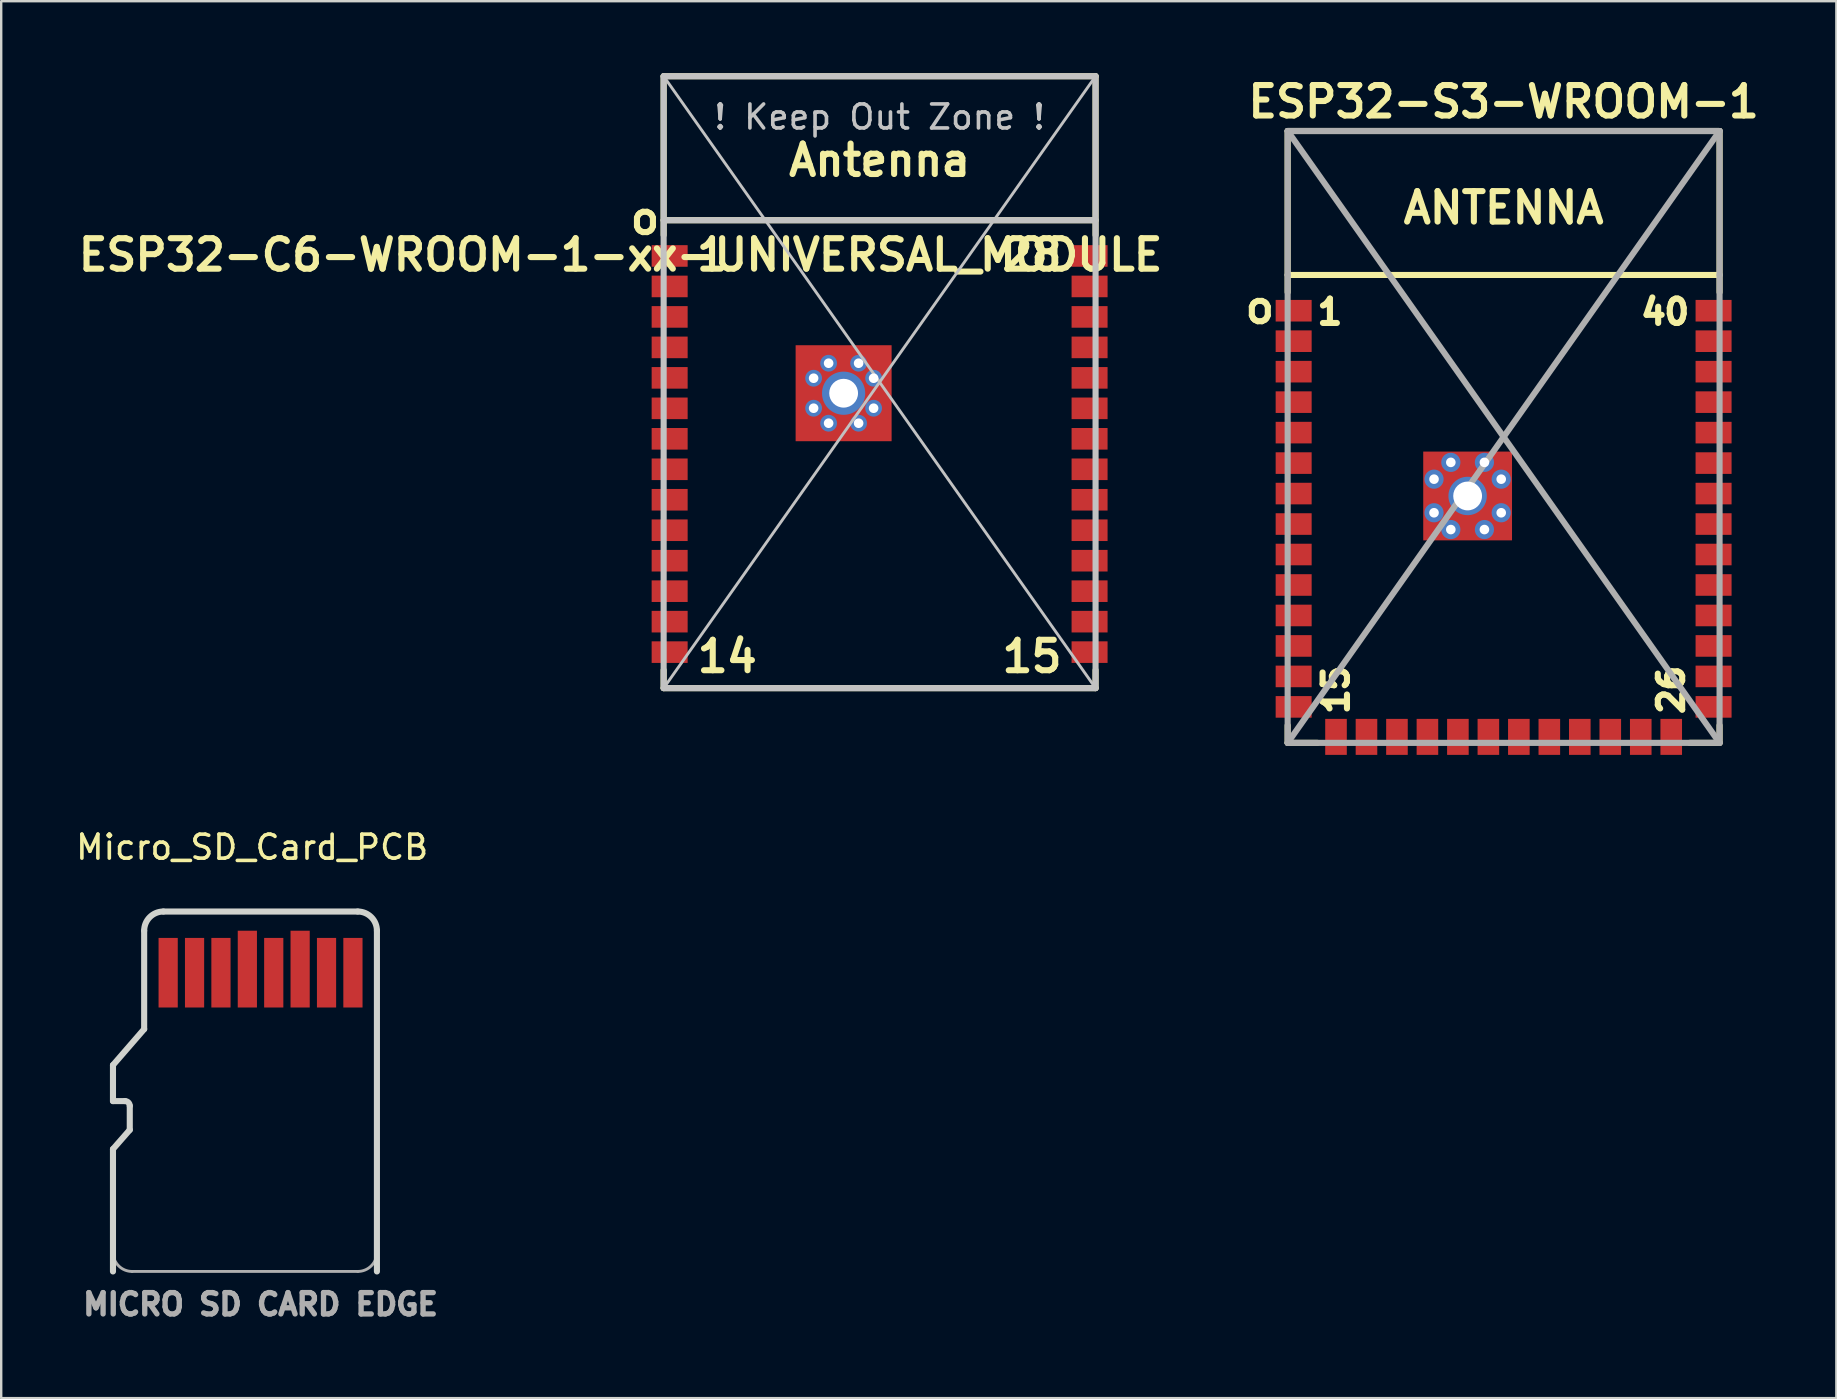
<source format=kicad_pcb>
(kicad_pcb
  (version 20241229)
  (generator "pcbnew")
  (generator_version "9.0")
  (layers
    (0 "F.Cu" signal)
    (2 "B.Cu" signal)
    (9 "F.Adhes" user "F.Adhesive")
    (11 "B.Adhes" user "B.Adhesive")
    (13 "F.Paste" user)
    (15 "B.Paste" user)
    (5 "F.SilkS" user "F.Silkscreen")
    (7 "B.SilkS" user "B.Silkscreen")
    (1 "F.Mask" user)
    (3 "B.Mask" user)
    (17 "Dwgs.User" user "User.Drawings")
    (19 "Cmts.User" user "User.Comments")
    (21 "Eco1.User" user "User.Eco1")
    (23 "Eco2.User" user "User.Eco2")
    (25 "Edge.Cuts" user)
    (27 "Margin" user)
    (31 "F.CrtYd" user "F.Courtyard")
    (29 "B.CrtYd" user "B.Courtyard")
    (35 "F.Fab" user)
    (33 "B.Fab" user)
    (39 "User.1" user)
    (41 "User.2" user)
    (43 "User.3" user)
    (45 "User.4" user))
  (footprint "ESP32-C6-WROOM-1-xx-UNIVERSAL_MODULE"
    (layer "F.Cu")
    (at 33.607 12.877)
    (property "Reference" "ESP32-C6-WROOM-1-xx-UNIVERSAL_MODULE" (at -10.795 -5.305 0) (layer "F.SilkS") (effects (font (size 1.27 1.27) (thickness 0.254))))
    (attr smd)
    (fp_line (start -9 -12.75) (end -9 -6.13) (stroke (width 0.254) (type solid)) (layer "F.SilkS"))
    (fp_line (start -9 -12.75) (end 9 -12.75) (stroke (width 0.254) (type solid)) (layer "F.SilkS"))
    (fp_line (start -9 -6.75) (end 9 -6.75) (stroke (width 0.254) (type solid)) (layer "F.SilkS"))
    (fp_line (start -9 12.75) (end -9 12) (stroke (width 0.254) (type solid)) (layer "F.SilkS"))
    (fp_line (start -9 12.75) (end 9 12.75) (stroke (width 0.254) (type solid)) (layer "F.SilkS"))
    (fp_line (start 9 -12.75) (end 9 -6.13) (stroke (width 0.254) (type solid)) (layer "F.SilkS"))
    (fp_line (start 9 12.75) (end 9 12) (stroke (width 0.254) (type solid)) (layer "F.SilkS"))
    (fp_line (start -9 -12.75) (end -9 12.75) (stroke (width 0.254) (type solid)) (layer "Dwgs.User"))
    (fp_line (start -9 -12.75) (end 9 12.75) (stroke (width 0.12) (type solid)) (layer "Dwgs.User"))
    (fp_line (start -9 -6.75) (end 9 -6.75) (stroke (width 0.254) (type solid)) (layer "Dwgs.User"))
    (fp_line (start -9 12.75) (end 9 12.75) (stroke (width 0.254) (type solid)) (layer "Dwgs.User"))
    (fp_line (start 9 -12.75) (end -9 -12.75) (stroke (width 0.254) (type solid)) (layer "Dwgs.User"))
    (fp_line (start 9 -12.75) (end -9 12.75) (stroke (width 0.12) (type solid)) (layer "Dwgs.User"))
    (fp_line (start 9 12.75) (end 9 -12.75) (stroke (width 0.254) (type solid)) (layer "Dwgs.User"))
    (fp_text user "14" (at -6.35 11.43 180) (layer "F.SilkS") (effects (font (size 1.27 1.27) (thickness 0.254))))
    (fp_text user "15" (at 6.35 11.43 180) (layer "F.SilkS") (effects (font (size 1.27 1.27) (thickness 0.254))))
    (fp_text user "Antenna" (at 0 -9.25 0) (layer "F.SilkS") (effects (font (size 1.27 1.27) (thickness 0.254))))
    (fp_text user "28" (at 6.35 -5.305 0) (layer "F.SilkS") (effects (font (size 1.27 1.27) (thickness 0.254))))
    (fp_text user "1" (at -6.985 -5.305 0) (layer "F.SilkS") (effects (font (size 1.27 1.27) (thickness 0.254))))
    (fp_text user "o" (at -9.779 -6.829 0) (layer "F.SilkS") (effects (font (size 1.27 1.27) (thickness 0.254))))
    (fp_text user "! Keep Out Zone !" (at 0 -11.05 0) (layer "Dwgs.User") (effects (font (size 1 1) (thickness 0.15))))
    (pad "" smd rect (at -2.75 -0.79) (size 0.8 0.8) (layers "F.Paste"))
    (pad "" smd rect (at -2.75 0.46) (size 0.8 0.8) (layers "F.Paste"))
    (pad "" smd rect (at -2.75 1.71) (size 0.8 0.8) (layers "F.Paste"))
    (pad "" smd rect (at -1.5 -0.79) (size 0.8 0.8) (layers "F.Paste"))
    (pad "" smd rect (at -1.5 1.71) (size 0.8 0.8) (layers "F.Paste"))
    (pad "" smd rect (at -0.25 -0.79) (size 0.8 0.8) (layers "F.Paste"))
    (pad "" smd rect (at -0.25 0.46) (size 0.8 0.8) (layers "F.Paste"))
    (pad "" smd rect (at -0.25 1.71) (size 0.8 0.8) (layers "F.Paste"))
    (pad "1" smd rect (at -8.75 -5.26) (size 1.5 0.9) (layers "F.Cu" "F.Mask" "F.Paste"))
    (pad "2" smd rect (at -8.75 -3.99) (size 1.5 0.9) (layers "F.Cu" "F.Mask" "F.Paste"))
    (pad "3" smd rect (at -8.75 -2.72) (size 1.5 0.9) (layers "F.Cu" "F.Mask" "F.Paste"))
    (pad "4" smd rect (at -8.75 -1.45) (size 1.5 0.9) (layers "F.Cu" "F.Mask" "F.Paste"))
    (pad "5" smd rect (at -8.75 -0.18) (size 1.5 0.9) (layers "F.Cu" "F.Mask" "F.Paste"))
    (pad "6" smd rect (at -8.75 1.09) (size 1.5 0.9) (layers "F.Cu" "F.Mask" "F.Paste"))
    (pad "7" smd rect (at -8.75 2.36) (size 1.5 0.9) (layers "F.Cu" "F.Mask" "F.Paste"))
    (pad "8" smd rect (at -8.75 3.63) (size 1.5 0.9) (layers "F.Cu" "F.Mask" "F.Paste"))
    (pad "9" smd rect (at -8.75 4.9) (size 1.5 0.9) (layers "F.Cu" "F.Mask" "F.Paste"))
    (pad "10" smd rect (at -8.75 6.17) (size 1.5 0.9) (layers "F.Cu" "F.Mask" "F.Paste"))
    (pad "11" smd rect (at -8.75 7.44) (size 1.5 0.9) (layers "F.Cu" "F.Mask" "F.Paste"))
    (pad "12" smd rect (at -8.75 8.71) (size 1.5 0.9) (layers "F.Cu" "F.Mask" "F.Paste"))
    (pad "13" smd rect (at -8.75 9.98) (size 1.5 0.9) (layers "F.Cu" "F.Mask" "F.Paste"))
    (pad "14" smd rect (at -8.75 11.25) (size 1.5 0.9) (layers "F.Cu" "F.Mask" "F.Paste"))
    (pad "15" smd rect (at 8.75 11.25) (size 1.5 0.9) (layers "F.Cu" "F.Mask" "F.Paste"))
    (pad "16" smd rect (at 8.75 9.98) (size 1.5 0.9) (layers "F.Cu" "F.Mask" "F.Paste"))
    (pad "17" smd rect (at 8.75 8.71) (size 1.5 0.9) (layers "F.Cu" "F.Mask" "F.Paste"))
    (pad "18" smd rect (at 8.75 7.44) (size 1.5 0.9) (layers "F.Cu" "F.Mask" "F.Paste"))
    (pad "19" smd rect (at 8.75 6.17) (size 1.5 0.9) (layers "F.Cu" "F.Mask" "F.Paste"))
    (pad "20" smd rect (at 8.75 4.9) (size 1.5 0.9) (layers "F.Cu" "F.Mask" "F.Paste"))
    (pad "21" smd rect (at 8.75 3.63) (size 1.5 0.9) (layers "F.Cu" "F.Mask" "F.Paste"))
    (pad "22" smd rect (at 8.75 2.36) (size 1.5 0.9) (layers "F.Cu" "F.Mask" "F.Paste"))
    (pad "23" smd rect (at 8.75 1.09) (size 1.5 0.9) (layers "F.Cu" "F.Mask" "F.Paste"))
    (pad "24" smd rect (at 8.75 -0.18) (size 1.5 0.9) (layers "F.Cu" "F.Mask" "F.Paste"))
    (pad "25" smd rect (at 8.75 -1.45) (size 1.5 0.9) (layers "F.Cu" "F.Mask" "F.Paste"))
    (pad "26" smd rect (at 8.75 -2.72) (size 1.5 0.9) (layers "F.Cu" "F.Mask" "F.Paste"))
    (pad "27" smd rect (at 8.75 -3.99) (size 1.5 0.9) (layers "F.Cu" "F.Mask" "F.Paste"))
    (pad "28" smd rect (at 8.75 -5.26) (size 1.5 0.9) (layers "F.Cu" "F.Mask" "F.Paste"))
    (pad "29" thru_hole circle (at -2.75 -0.165) (size 0.7 0.7) (drill 0.4) (layers "*.Cu"))
    (pad "29" thru_hole circle (at -2.75 1.085) (size 0.7 0.7) (drill 0.4) (layers "*.Cu"))
    (pad "29" thru_hole circle (at -2.125 -0.79) (size 0.7 0.7) (drill 0.4) (layers "*.Cu"))
    (pad "29" thru_hole circle (at -2.125 1.71) (size 0.7 0.7) (drill 0.4) (layers "*.Cu"))
    (pad "29" thru_hole circle (at -1.5 0.46) (size 1.8 1.8) (drill 1.2) (layers "*.Cu" "*.Mask"))
    (pad "29" smd rect (at -1.5 0.46) (size 4 4) (layers "F.Cu" "F.Mask"))
    (pad "29" thru_hole circle (at -0.875 -0.79) (size 0.7 0.7) (drill 0.4) (layers "*.Cu"))
    (pad "29" thru_hole circle (at -0.875 1.71) (size 0.7 0.7) (drill 0.4) (layers "*.Cu"))
    (pad "29" thru_hole circle (at -0.25 -0.165) (size 0.7 0.7) (drill 0.4) (layers "*.Cu"))
    (pad "29" thru_hole circle (at -0.25 1.085) (size 0.7 0.7) (drill 0.4) (layers "*.Cu")))
  (footprint "Micro_SD_Card_PCB"
    (layer "F.Cu")
    (at 7.808 43.687)
    (property "Reference" "Micro_SD_Card_PCB" (at -0.35 -11.43 180) (layer "F.SilkS") (effects (font (size 1 1) (thickness 0.15))))
    (attr exclude_from_pos_files exclude_from_bom)
    (fp_line (start -6.15 -2.35) (end -4.85 -3.85) (stroke (width 0.254) (type solid)) (layer "Edge.Cuts"))
    (fp_line (start -6.15 -0.85) (end -6.15 -2.35) (stroke (width 0.254) (type solid)) (layer "Edge.Cuts"))
    (fp_line (start -6.15 -0.85) (end -5.65 -0.85) (stroke (width 0.254) (type solid)) (layer "Edge.Cuts"))
    (fp_line (start -6.15 1.15) (end -6.15 6.25) (stroke (width 0.254) (type solid)) (layer "Edge.Cuts"))
    (fp_line (start -5.45 -0.65) (end -5.45 0.35) (stroke (width 0.254) (type solid)) (layer "Edge.Cuts"))
    (fp_line (start -5.45 0.35) (end -6.15 1.15) (stroke (width 0.254) (type solid)) (layer "Edge.Cuts"))
    (fp_line (start -4.85 -3.85) (end -4.85 -7.95) (stroke (width 0.254) (type solid)) (layer "Edge.Cuts"))
    (fp_line (start 4.05 -8.75) (end -4.05 -8.75) (stroke (width 0.254) (type solid)) (layer "Edge.Cuts"))
    (fp_line (start 4.85 6.25) (end 4.85 -7.95) (stroke (width 0.254) (type solid)) (layer "Edge.Cuts"))
    (fp_arc (start -5.65 -0.85) (mid -5.508579 -0.791421) (end -5.45 -0.65) (stroke (width 0.254) (type solid)) (layer "Edge.Cuts"))
    (fp_arc (start -4.85 -7.95) (mid -4.615685 -8.515685) (end -4.05 -8.75) (stroke (width 0.254) (type solid)) (layer "Edge.Cuts"))
    (fp_arc (start 4.05 -8.75) (mid 4.615685 -8.515685) (end 4.85 -7.95) (stroke (width 0.254) (type solid)) (layer "Edge.Cuts"))
    (fp_line (start -6.15 -2.35) (end -4.85 -3.85) (stroke (width 0.12) (type solid)) (layer "F.Fab"))
    (fp_line (start -6.15 -0.85) (end -6.15 -2.35) (stroke (width 0.12) (type solid)) (layer "F.Fab"))
    (fp_line (start -6.15 -0.85) (end -5.65 -0.85) (stroke (width 0.12) (type solid)) (layer "F.Fab"))
    (fp_line (start -6.15 1.15) (end -6.15 5.45) (stroke (width 0.12) (type solid)) (layer "F.Fab"))
    (fp_line (start -5.45 -0.65) (end -5.45 0.35) (stroke (width 0.12) (type solid)) (layer "F.Fab"))
    (fp_line (start -5.45 0.35) (end -6.15 1.15) (stroke (width 0.12) (type solid)) (layer "F.Fab"))
    (fp_line (start -5.35 6.25) (end 4.05 6.25) (stroke (width 0.12) (type solid)) (layer "F.Fab"))
    (fp_line (start -4.85 -3.85) (end -4.85 -7.95) (stroke (width 0.12) (type solid)) (layer "F.Fab"))
    (fp_line (start 4.05 -8.75) (end -4.05 -8.75) (stroke (width 0.12) (type solid)) (layer "F.Fab"))
    (fp_line (start 4.85 5.45) (end 4.85 -7.95) (stroke (width 0.12) (type solid)) (layer "F.Fab"))
    (fp_arc (start -5.65 -0.85) (mid -5.508579 -0.791421) (end -5.45 -0.65) (stroke (width 0.12) (type solid)) (layer "F.Fab"))
    (fp_arc (start -5.35 6.25) (mid -5.915685 6.015685) (end -6.15 5.45) (stroke (width 0.12) (type solid)) (layer "F.Fab"))
    (fp_arc (start -4.85 -7.95) (mid -4.615685 -8.515685) (end -4.05 -8.75) (stroke (width 0.12) (type solid)) (layer "F.Fab"))
    (fp_arc (start 4.05 -8.75) (mid 4.615685 -8.515685) (end 4.85 -7.95) (stroke (width 0.12) (type solid)) (layer "F.Fab"))
    (fp_arc (start 4.85 5.45) (mid 4.615685 6.015685) (end 4.05 6.25) (stroke (width 0.12) (type solid)) (layer "F.Fab"))
    (fp_text user "MICRO SD CARD EDGE" (at 0 7.62 0) (layer "F.Fab") (effects (font (size 0.889 0.889) (thickness 0.222))))
    (pad "1" smd rect (at -3.85 -6.2) (size 0.8 2.9) (layers "F.Cu" "F.Mask"))
    (pad "2" smd rect (at -2.75 -6.2) (size 0.8 2.9) (layers "F.Cu" "F.Mask"))
    (pad "3" smd rect (at -1.65 -6.2) (size 0.8 2.9) (layers "F.Cu" "F.Mask"))
    (pad "4" smd rect (at -0.55 -6.35) (size 0.8 3.2) (layers "F.Cu" "F.Mask"))
    (pad "5" smd rect (at 0.55 -6.2) (size 0.8 2.9) (layers "F.Cu" "F.Mask"))
    (pad "6" smd rect (at 1.65 -6.35) (size 0.8 3.2) (layers "F.Cu" "F.Mask"))
    (pad "7" smd rect (at 2.75 -6.2) (size 0.8 2.9) (layers "F.Cu" "F.Mask"))
    (pad "8" smd rect (at 3.85 -6.2) (size 0.8 2.9) (layers "F.Cu" "F.Mask")))
  (footprint "ESP32-­S3-­WROOM­-1"
    (layer "F.Cu")
    (at 59.612 15.159)
    (property "Reference" "ESP32-­S3-­WROOM­-1" (at 0 -13.97 0) (layer "F.SilkS") (effects (font (size 1.27 1.27) (thickness 0.254))))
    (attr smd)
    (fp_line (start -9 -12.75) (end 9 -12.75) (stroke (width 0.254) (type solid)) (layer "F.SilkS"))
    (fp_line (start -9 -6.75) (end 9 -6.75) (stroke (width 0.254) (type solid)) (layer "F.SilkS"))
    (fp_line (start -9 -6.03) (end -9 -12.75) (stroke (width 0.254) (type solid)) (layer "F.SilkS"))
    (fp_line (start -9 12.02) (end -9 12.75) (stroke (width 0.254) (type solid)) (layer "F.SilkS"))
    (fp_line (start -9 12.75) (end -7.755 12.75) (stroke (width 0.254) (type solid)) (layer "F.SilkS"))
    (fp_line (start 9 -12.75) (end 9 -6.03) (stroke (width 0.254) (type solid)) (layer "F.SilkS"))
    (fp_line (start 9 12.02) (end 9 12.75) (stroke (width 0.254) (type solid)) (layer "F.SilkS"))
    (fp_line (start 9 12.75) (end 7.755 12.75) (stroke (width 0.254) (type solid)) (layer "F.SilkS"))
    (fp_line (start -9 -12.75) (end 9 -12.75) (stroke (width 0.254) (type solid)) (layer "F.Fab"))
    (fp_line (start -9 -12.75) (end 9 12.75) (stroke (width 0.254) (type solid)) (layer "F.Fab"))
    (fp_line (start -9 -6.75) (end -9 -12.75) (stroke (width 0.254) (type solid)) (layer "F.Fab"))
    (fp_line (start -9 12.75) (end -9 -6.75) (stroke (width 0.254) (type solid)) (layer "F.Fab"))
    (fp_line (start 9 -12.75) (end -9 12.75) (stroke (width 0.254) (type solid)) (layer "F.Fab"))
    (fp_line (start 9 -12.75) (end 9 -6.75) (stroke (width 0.254) (type solid)) (layer "F.Fab"))
    (fp_line (start 9 -6.75) (end 9 12.75) (stroke (width 0.254) (type solid)) (layer "F.Fab"))
    (fp_line (start 9 12.75) (end -9 12.75) (stroke (width 0.254) (type solid)) (layer "F.Fab"))
    (fp_text user "40" (at 6.731 -5.207 0) (layer "F.SilkS") (effects (font (size 1.016 1.016) (thickness 0.254))))
    (fp_text user "15" (at -6.985 10.541 270) (layer "F.SilkS") (effects (font (size 1.016 1.016) (thickness 0.254))))
    (fp_text user "1" (at -7.239 -5.207 0) (layer "F.SilkS") (effects (font (size 1.016 1.016) (thickness 0.254))))
    (fp_text user "o" (at -10.16 -5.397 0) (layer "F.SilkS") (effects (font (size 1.27 1.27) (thickness 0.254))))
    (fp_text user "26" (at 6.985 10.541 270) (layer "F.SilkS") (effects (font (size 1.016 1.016) (thickness 0.254))))
    (fp_text user "ANTENNA" (at 0 -9.55 0) (layer "F.SilkS") (effects (font (size 1.27 1.27) (thickness 0.254))))
    (pad "" smd rect (at -2.9 1.06) (size 0.9 0.9) (layers "F.Paste"))
    (pad "" smd rect (at -2.9 2.46) (size 0.9 0.9) (layers "F.Paste"))
    (pad "" smd rect (at -2.9 3.86) (size 0.9 0.9) (layers "F.Paste"))
    (pad "" smd rect (at -1.5 1.06) (size 0.9 0.9) (layers "F.Paste"))
    (pad "" smd rect (at -1.5 3.86) (size 0.9 0.9) (layers "F.Paste"))
    (pad "" smd rect (at -0.1 1.06) (size 0.9 0.9) (layers "F.Paste"))
    (pad "" smd rect (at -0.1 2.46) (size 0.9 0.9) (layers "F.Paste"))
    (pad "" smd rect (at -0.1 3.86) (size 0.9 0.9) (layers "F.Paste"))
    (pad "1" smd rect (at -8.75 -5.26) (size 1.5 0.9) (layers "F.Cu" "F.Mask" "F.Paste"))
    (pad "2" smd rect (at -8.75 -3.99) (size 1.5 0.9) (layers "F.Cu" "F.Mask" "F.Paste"))
    (pad "3" smd rect (at -8.75 -2.72) (size 1.5 0.9) (layers "F.Cu" "F.Mask" "F.Paste"))
    (pad "4" smd rect (at -8.75 -1.45) (size 1.5 0.9) (layers "F.Cu" "F.Mask" "F.Paste"))
    (pad "5" smd rect (at -8.75 -0.18) (size 1.5 0.9) (layers "F.Cu" "F.Mask" "F.Paste"))
    (pad "6" smd rect (at -8.75 1.09) (size 1.5 0.9) (layers "F.Cu" "F.Mask" "F.Paste"))
    (pad "7" smd rect (at -8.75 2.36) (size 1.5 0.9) (layers "F.Cu" "F.Mask" "F.Paste"))
    (pad "8" smd rect (at -8.75 3.63) (size 1.5 0.9) (layers "F.Cu" "F.Mask" "F.Paste"))
    (pad "9" smd rect (at -8.75 4.9) (size 1.5 0.9) (layers "F.Cu" "F.Mask" "F.Paste"))
    (pad "10" smd rect (at -8.75 6.17) (size 1.5 0.9) (layers "F.Cu" "F.Mask" "F.Paste"))
    (pad "11" smd rect (at -8.75 7.44) (size 1.5 0.9) (layers "F.Cu" "F.Mask" "F.Paste"))
    (pad "12" smd rect (at -8.75 8.71) (size 1.5 0.9) (layers "F.Cu" "F.Mask" "F.Paste"))
    (pad "13" smd rect (at -8.75 9.98) (size 1.5 0.9) (layers "F.Cu" "F.Mask" "F.Paste"))
    (pad "14" smd rect (at -8.75 11.25) (size 1.5 0.9) (layers "F.Cu" "F.Mask" "F.Paste"))
    (pad "15" smd rect (at -6.985 12.5) (size 0.9 1.5) (layers "F.Cu" "F.Mask" "F.Paste"))
    (pad "16" smd rect (at -5.715 12.5) (size 0.9 1.5) (layers "F.Cu" "F.Mask" "F.Paste"))
    (pad "17" smd rect (at -4.445 12.5) (size 0.9 1.5) (layers "F.Cu" "F.Mask" "F.Paste"))
    (pad "18" smd rect (at -3.175 12.5) (size 0.9 1.5) (layers "F.Cu" "F.Mask" "F.Paste"))
    (pad "19" smd rect (at -1.905 12.5) (size 0.9 1.5) (layers "F.Cu" "F.Mask" "F.Paste"))
    (pad "20" smd rect (at -0.635 12.5) (size 0.9 1.5) (layers "F.Cu" "F.Mask" "F.Paste"))
    (pad "21" smd rect (at 0.635 12.5) (size 0.9 1.5) (layers "F.Cu" "F.Mask" "F.Paste"))
    (pad "22" smd rect (at 1.905 12.5) (size 0.9 1.5) (layers "F.Cu" "F.Mask" "F.Paste"))
    (pad "23" smd rect (at 3.175 12.5) (size 0.9 1.5) (layers "F.Cu" "F.Mask" "F.Paste"))
    (pad "24" smd rect (at 4.445 12.5) (size 0.9 1.5) (layers "F.Cu" "F.Mask" "F.Paste"))
    (pad "25" smd rect (at 5.715 12.5) (size 0.9 1.5) (layers "F.Cu" "F.Mask" "F.Paste"))
    (pad "26" smd rect (at 6.985 12.5) (size 0.9 1.5) (layers "F.Cu" "F.Mask" "F.Paste"))
    (pad "27" smd rect (at 8.75 11.25) (size 1.5 0.9) (layers "F.Cu" "F.Mask" "F.Paste"))
    (pad "28" smd rect (at 8.75 9.98) (size 1.5 0.9) (layers "F.Cu" "F.Mask" "F.Paste"))
    (pad "29" smd rect (at 8.75 8.71) (size 1.5 0.9) (layers "F.Cu" "F.Mask" "F.Paste"))
    (pad "30" smd rect (at 8.75 7.44) (size 1.5 0.9) (layers "F.Cu" "F.Mask" "F.Paste"))
    (pad "31" smd rect (at 8.75 6.17) (size 1.5 0.9) (layers "F.Cu" "F.Mask" "F.Paste"))
    (pad "32" smd rect (at 8.75 4.9) (size 1.5 0.9) (layers "F.Cu" "F.Mask" "F.Paste"))
    (pad "33" smd rect (at 8.75 3.63) (size 1.5 0.9) (layers "F.Cu" "F.Mask" "F.Paste"))
    (pad "34" smd rect (at 8.75 2.36) (size 1.5 0.9) (layers "F.Cu" "F.Mask" "F.Paste"))
    (pad "35" smd rect (at 8.75 1.09) (size 1.5 0.9) (layers "F.Cu" "F.Mask" "F.Paste"))
    (pad "36" smd rect (at 8.75 -0.18) (size 1.5 0.9) (layers "F.Cu" "F.Mask" "F.Paste"))
    (pad "37" smd rect (at 8.75 -1.45) (size 1.5 0.9) (layers "F.Cu" "F.Mask" "F.Paste"))
    (pad "38" smd rect (at 8.75 -2.72) (size 1.5 0.9) (layers "F.Cu" "F.Mask" "F.Paste"))
    (pad "39" smd rect (at 8.75 -3.99) (size 1.5 0.9) (layers "F.Cu" "F.Mask" "F.Paste"))
    (pad "40" smd rect (at 8.75 -5.26) (size 1.5 0.9) (layers "F.Cu" "F.Mask" "F.Paste"))
    (pad "41" thru_hole circle (at -2.9 1.76) (size 0.8 0.8) (drill 0.4) (layers "*.Cu"))
    (pad "41" thru_hole circle (at -2.9 3.16) (size 0.8 0.8) (drill 0.4) (layers "*.Cu"))
    (pad "41" thru_hole circle (at -2.2 1.06) (size 0.8 0.8) (drill 0.4) (layers "*.Cu"))
    (pad "41" thru_hole circle (at -2.2 3.86) (size 0.8 0.8) (drill 0.4) (layers "*.Cu"))
    (pad "41" thru_hole circle (at -1.5 2.46) (size 1.6 1.6) (drill 1.2) (layers "*.Cu" "*.Mask"))
    (pad "41" smd rect (at -1.5 2.46) (size 3.7 3.7) (layers "F.Cu" "F.Mask"))
    (pad "41" thru_hole circle (at -0.8 1.06) (size 0.8 0.8) (drill 0.4) (layers "*.Cu"))
    (pad "41" thru_hole circle (at -0.8 3.86) (size 0.8 0.8) (drill 0.4) (layers "*.Cu"))
    (pad "41" thru_hole circle (at -0.1 1.76) (size 0.8 0.8) (drill 0.4) (layers "*.Cu"))
    (pad "41" thru_hole circle (at -0.1 3.16) (size 0.8 0.8) (drill 0.4) (layers "*.Cu")))
  (gr_rect
    (start -3 -3)
    (end 73.479 55.217)
    (stroke (width 0.1) (type default))
    (fill no)
    (layer "Edge.Cuts")))
</source>
